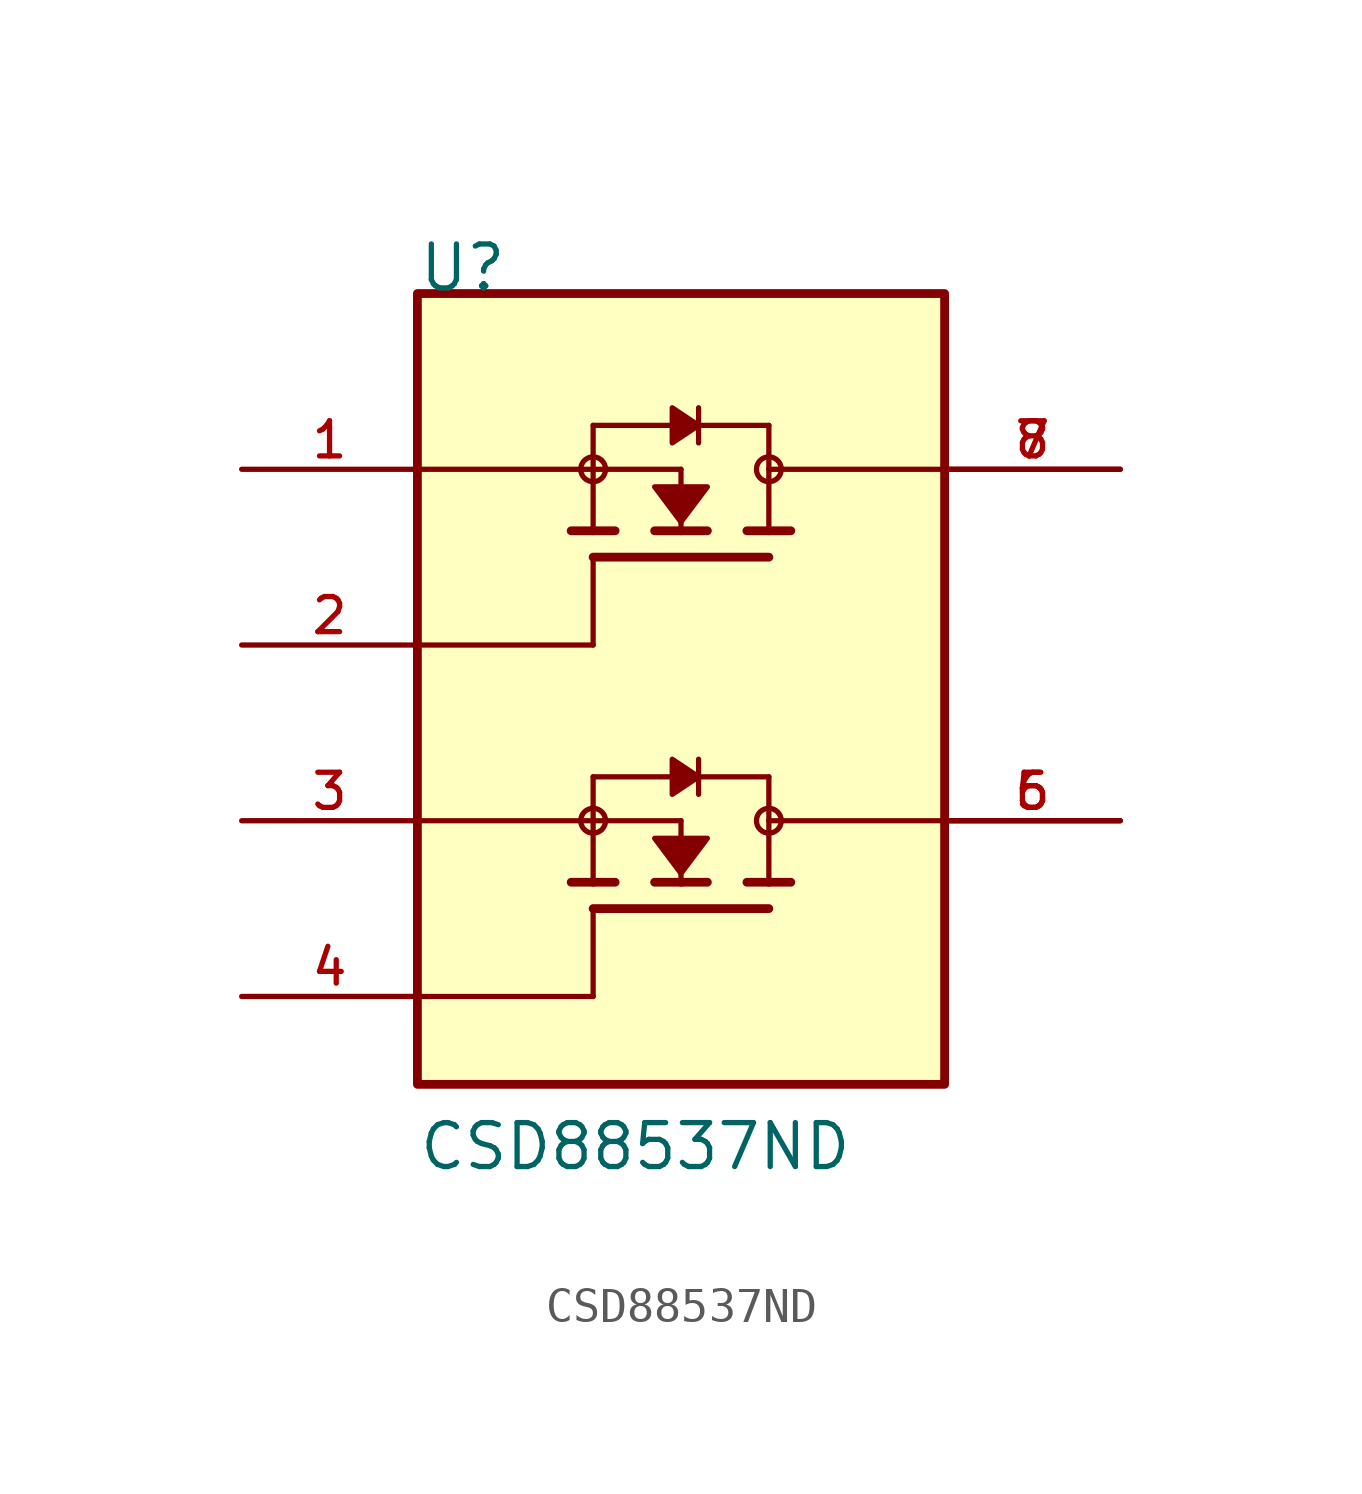
<source format=kicad_sym>
(kicad_symbol_lib
  (version 20211014)
  (generator kicad_symbol_editor)
  (symbol "CSD88537ND"
    (pin_names
      (offset 1.016))
    (property "Reference" "U"
      (at -7.62 12.7 0.0)
      (effects (font (size 1.27 1.27)) (justify bottom left)))
    (property "Value" "CSD88537ND"
      (at -7.62 -12.7 0.0)
      (effects (font (size 1.27 1.27)) (justify bottom left)))
    (symbol "CSD88537ND_0_0"
      (polyline (pts (xy 0.762 5.842) (xy 0.0 5.842)) (stroke (width 0.254)))
      (polyline (pts (xy 0.0 5.842) (xy -0.762 5.842)) (stroke (width 0.254)))
      (polyline (pts (xy 3.175 5.842) (xy 2.54 5.842)) (stroke (width 0.254)))
      (polyline (pts (xy 2.54 5.842) (xy 1.905 5.842)) (stroke (width 0.254)))
      (polyline (pts (xy 0.0 5.842) (xy 0.0 7.62)) (stroke (width 0.152)))
      (polyline (pts (xy 0.0 7.62) (xy -2.54 7.62)) (stroke (width 0.152)))
      (polyline (pts (xy -1.905 5.842) (xy -2.54 5.842)) (stroke (width 0.254)))
      (polyline (pts (xy -2.54 5.842) (xy -3.175 5.842)) (stroke (width 0.254)))
      (polyline (pts (xy 2.54 5.08) (xy -2.54 5.08)) (stroke (width 0.254)))
      (polyline (pts (xy -2.54 7.62) (xy -2.54 5.842)) (stroke (width 0.152)))
      (polyline (pts (xy 2.54 8.89) (xy 0.508 8.89)) (stroke (width 0.152)))
      (polyline (pts (xy 0.508 8.89) (xy -2.54 8.89)) (stroke (width 0.152)))
      (polyline (pts (xy -2.54 7.62) (xy -2.54 8.89)) (stroke (width 0.152)))
      (polyline (pts (xy 2.54 5.842) (xy 2.54 7.62)) (stroke (width 0.152)))
      (polyline (pts (xy 2.54 7.62) (xy 2.54 8.89)) (stroke (width 0.152)))
      (polyline (pts (xy 0.508 9.398) (xy 0.508 8.89)) (stroke (width 0.152)))
      (polyline (pts (xy 0.508 8.89) (xy 0.508 8.382)) (stroke (width 0.152)))
      (circle (center -2.54 7.62) (radius 0.359) (stroke (width 0.0)) (fill (type none)))
      (circle (center 2.54 7.62) (radius 0.359) (stroke (width 0.0)) (fill (type none)))
      (polyline (pts (xy 0.508 8.89) (xy -0.254 8.382) (xy -0.254 9.398) (xy 0.508 8.89)) (stroke (width 0.152)) (fill (type outline)))
      (polyline (pts (xy 0.0 6.096) (xy 0.762 7.112) (xy -0.762 7.112) (xy 0.0 6.096)) (stroke (width 0.152)) (fill (type outline)))
      (polyline (pts (xy -7.62 7.62) (xy -2.54 7.62)) (stroke (width 0.152)))
      (polyline (pts (xy -2.54 2.54) (xy -2.54 5.08)) (stroke (width 0.152)))
      (polyline (pts (xy -7.62 2.54) (xy -2.54 2.54)) (stroke (width 0.152)))
      (polyline (pts (xy 7.62 7.62) (xy 2.54 7.62)) (stroke (width 0.152)))
      (polyline (pts (xy 0.762 -4.318) (xy 0.0 -4.318)) (stroke (width 0.254)))
      (polyline (pts (xy 0.0 -4.318) (xy -0.762 -4.318)) (stroke (width 0.254)))
      (polyline (pts (xy 3.175 -4.318) (xy 2.54 -4.318)) (stroke (width 0.254)))
      (polyline (pts (xy 2.54 -4.318) (xy 1.905 -4.318)) (stroke (width 0.254)))
      (polyline (pts (xy 0.0 -4.318) (xy 0.0 -2.54)) (stroke (width 0.152)))
      (polyline (pts (xy 0.0 -2.54) (xy -2.54 -2.54)) (stroke (width 0.152)))
      (polyline (pts (xy -1.905 -4.318) (xy -2.54 -4.318)) (stroke (width 0.254)))
      (polyline (pts (xy -2.54 -4.318) (xy -3.175 -4.318)) (stroke (width 0.254)))
      (polyline (pts (xy 2.54 -5.08) (xy -2.54 -5.08)) (stroke (width 0.254)))
      (polyline (pts (xy -2.54 -2.54) (xy -2.54 -4.318)) (stroke (width 0.152)))
      (polyline (pts (xy 2.54 -1.27) (xy 0.508 -1.27)) (stroke (width 0.152)))
      (polyline (pts (xy 0.508 -1.27) (xy -2.54 -1.27)) (stroke (width 0.152)))
      (polyline (pts (xy -2.54 -2.54) (xy -2.54 -1.27)) (stroke (width 0.152)))
      (polyline (pts (xy 2.54 -4.318) (xy 2.54 -2.54)) (stroke (width 0.152)))
      (polyline (pts (xy 2.54 -2.54) (xy 2.54 -1.27)) (stroke (width 0.152)))
      (polyline (pts (xy 0.508 -0.762) (xy 0.508 -1.27)) (stroke (width 0.152)))
      (polyline (pts (xy 0.508 -1.27) (xy 0.508 -1.778)) (stroke (width 0.152)))
      (circle (center -2.54 -2.54) (radius 0.359) (stroke (width 0.0)) (fill (type none)))
      (circle (center 2.54 -2.54) (radius 0.359) (stroke (width 0.0)) (fill (type none)))
      (polyline (pts (xy 0.508 -1.27) (xy -0.254 -1.778) (xy -0.254 -0.762) (xy 0.508 -1.27)) (stroke (width 0.152)) (fill (type outline)))
      (polyline (pts (xy 0.0 -4.064) (xy 0.762 -3.048) (xy -0.762 -3.048) (xy 0.0 -4.064)) (stroke (width 0.152)) (fill (type outline)))
      (polyline (pts (xy -7.62 -2.54) (xy -2.54 -2.54)) (stroke (width 0.152)))
      (polyline (pts (xy -2.54 -7.62) (xy -2.54 -5.08)) (stroke (width 0.152)))
      (polyline (pts (xy -7.62 -7.62) (xy -2.54 -7.62)) (stroke (width 0.152)))
      (polyline (pts (xy 7.62 -2.54) (xy 2.54 -2.54)) (stroke (width 0.152)))
      (rectangle (start -7.62 -10.16) (end 7.62 12.7) (stroke (width 0.254)) (fill (type background)))
      (pin bidirectional line (at 12.7 7.62 180.0) (length 5.08) (name "~" (effects (font (size 1.016 1.016)))) (number "7" (effects (font (size 1.016 1.016)))))
      (pin bidirectional line (at 12.7 7.62 180.0) (length 5.08) (name "~" (effects (font (size 1.016 1.016)))) (number "8" (effects (font (size 1.016 1.016)))))
      (pin bidirectional line (at 12.7 -2.54 180.0) (length 5.08) (name "~" (effects (font (size 1.016 1.016)))) (number "5" (effects (font (size 1.016 1.016)))))
      (pin bidirectional line (at 12.7 -2.54 180.0) (length 5.08) (name "~" (effects (font (size 1.016 1.016)))) (number "6" (effects (font (size 1.016 1.016)))))
      (pin input line (at -12.7 2.54 0) (length 5.08) (name "~" (effects (font (size 1.016 1.016)))) (number "2" (effects (font (size 1.016 1.016)))))
      (pin input line (at -12.7 -7.62 0) (length 5.08) (name "~" (effects (font (size 1.016 1.016)))) (number "4" (effects (font (size 1.016 1.016)))))
      (pin bidirectional line (at -12.7 7.62 0) (length 5.08) (name "~" (effects (font (size 1.016 1.016)))) (number "1" (effects (font (size 1.016 1.016)))))
      (pin bidirectional line (at -12.7 -2.54 0) (length 5.08) (name "~" (effects (font (size 1.016 1.016)))) (number "3" (effects (font (size 1.016 1.016))))))))
</source>
